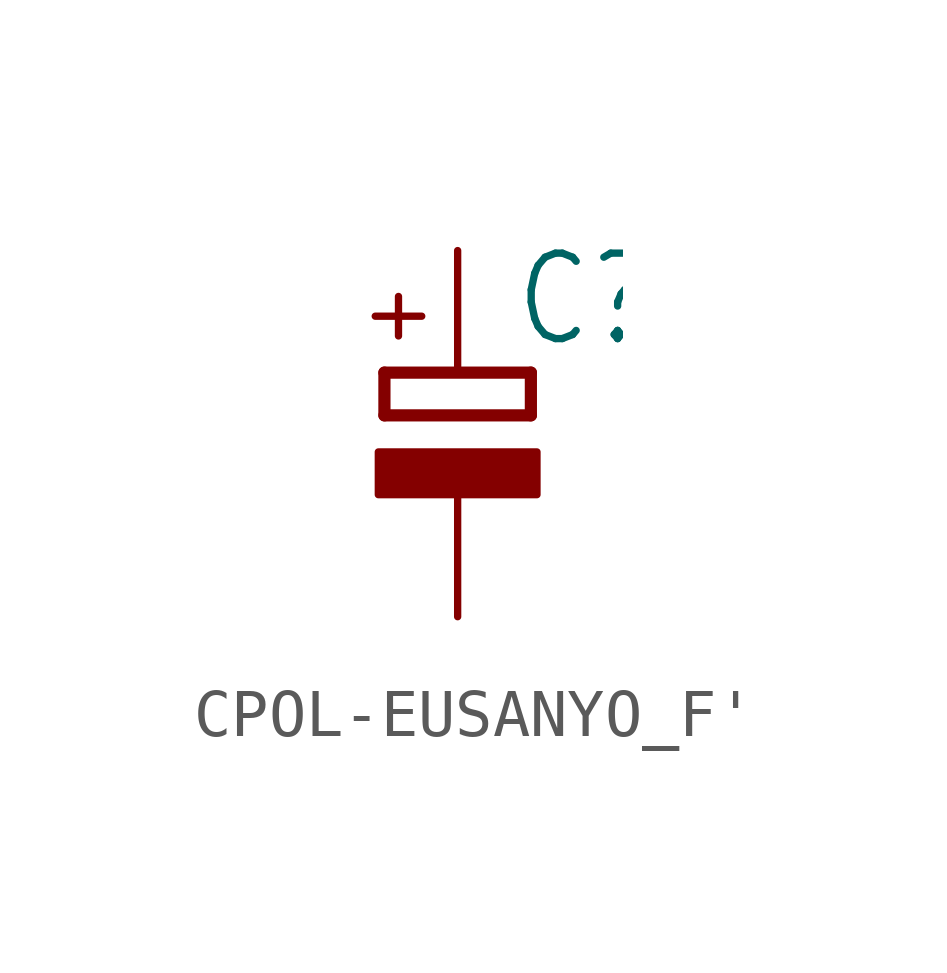
<source format=kicad_sym>
(kicad_symbol_lib
  (version 20241209)
  (generator "kicad_symbol_editor")
  (generator_version "9.0")
  (symbol "CPOL-EUSANYO_F'"
    (property "Reference" "C"
      (at 1.143 0.483 0)
      (effects (font (size 1.778 1.511)) (justify left bottom)))
    (property "Value" ""
      (at 1.143 -4.597 0)
      (effects (font (size 1.778 1.511)) (justify left bottom)))
    (property "ki_locked" ""
      (at 0 0 0)
      (effects (font (size 1.27 1.27))))
    (symbol "CPOL-EUSANYO_F'_1_0"
      (rectangle (start -1.651 -2.54) (end 1.651 -1.651) (stroke (width 0) (type default)) (fill (type outline)))
      (polyline (pts (xy -1.524 0) (xy -1.524 -0.889)) (stroke (width 0.254) (type solid)) (fill (type none)))
      (polyline (pts (xy -1.524 0) (xy 1.524 0)) (stroke (width 0.254) (type solid)) (fill (type none)))
      (polyline (pts (xy -1.524 -0.889) (xy 1.524 -0.889)) (stroke (width 0.254) (type solid)) (fill (type none)))
      (polyline (pts (xy 1.524 -0.889) (xy 1.524 0)) (stroke (width 0.254) (type solid)) (fill (type none)))
      (text "+" (at -0.584 0.406 900) (effects (font (size 1.27 1.079)) (justify left bottom)))
      (pin passive line (at 0 2.54 270) (length 2.54) (name "+" (effects (font (size 0 0)))) (number "+" (effects (font (size 0 0)))))
      (pin passive line (at 0 -5.08 90) (length 2.54) (name "-" (effects (font (size 0 0)))) (number "-" (effects (font (size 0 0))))))))
</source>
